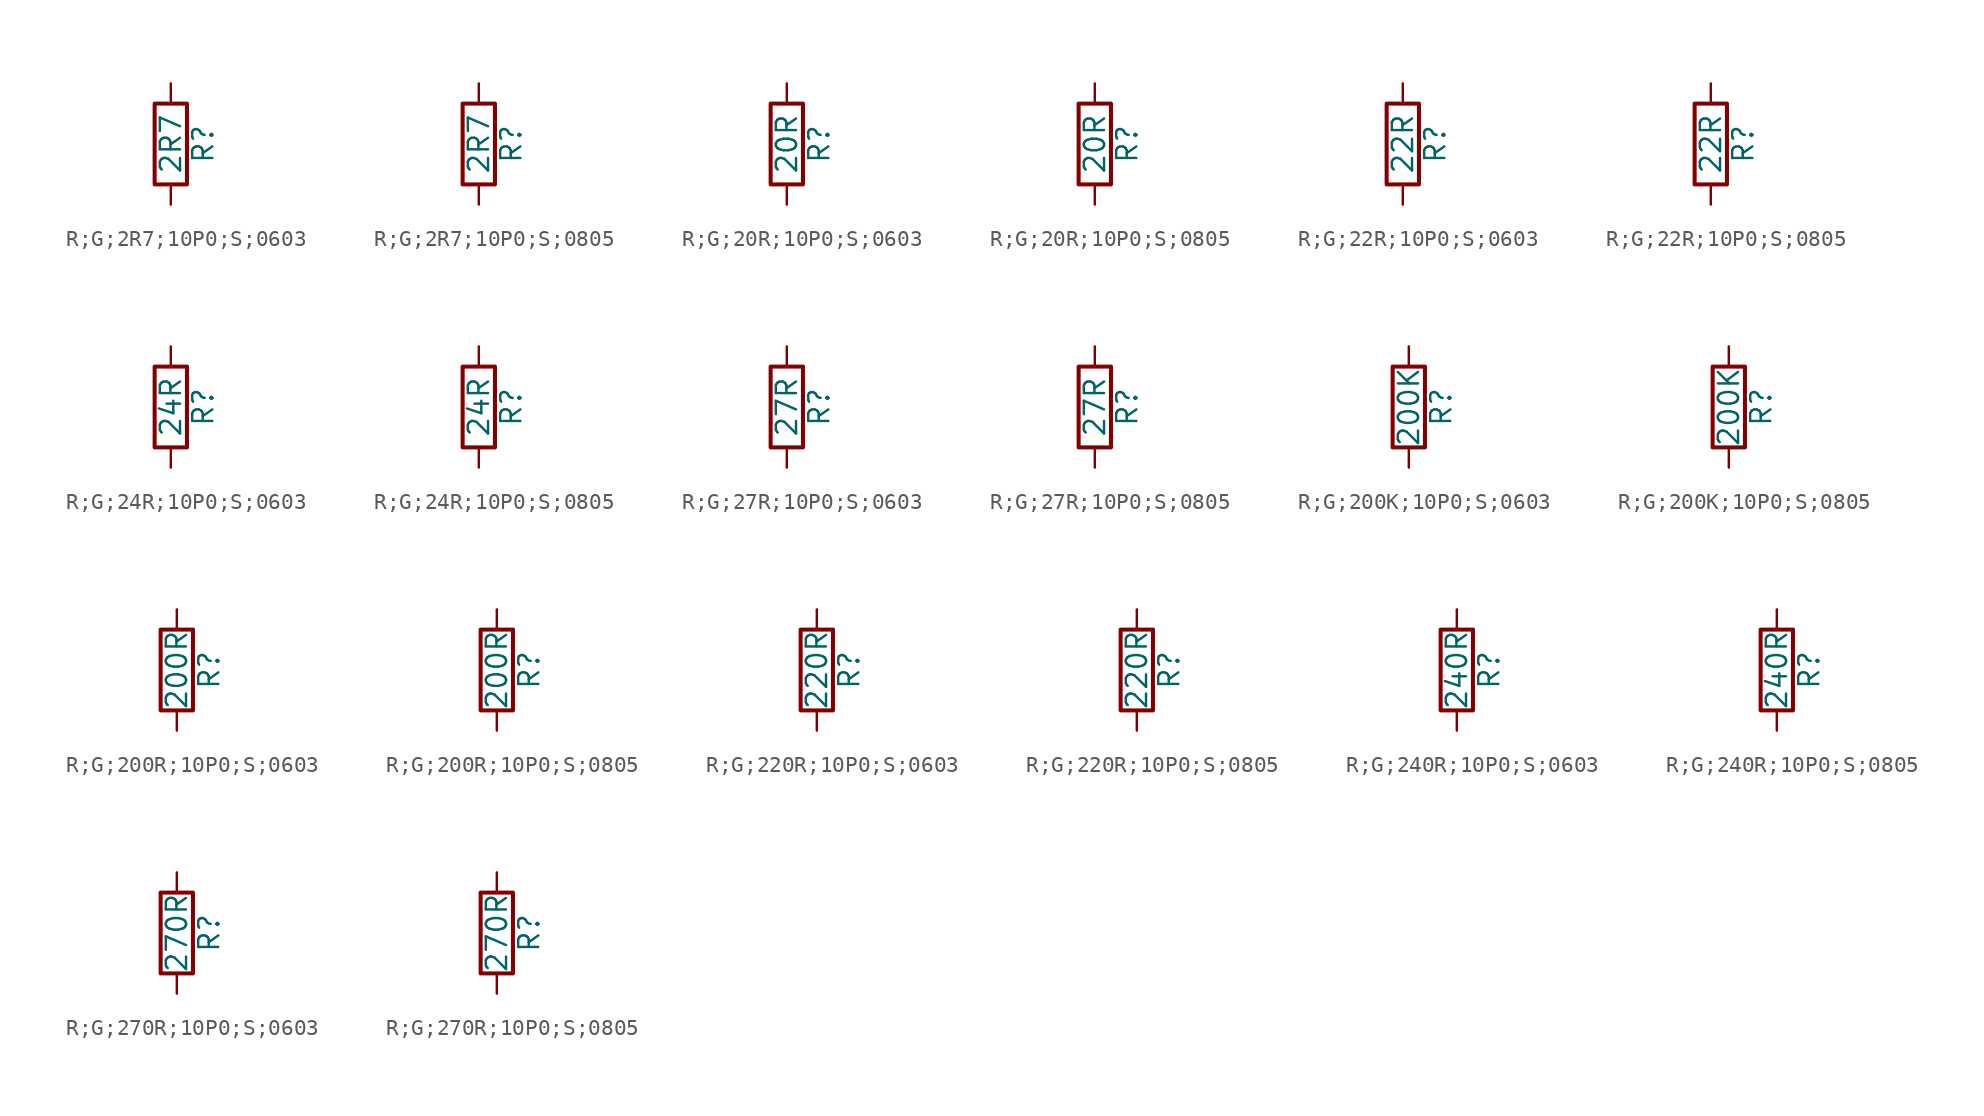
<source format=kicad_sym>
(kicad_symbol_lib
  (version 20231120)
  (generator "kicad_symbol_editor")
  (generator_version "8.0")
  (symbol "R;G;2R7;10P0;S;0603"
    (pin_numbers hide)
    (pin_names
      (offset 0))
    (property "Reference" "R"
      (at 2.032 0 90)
      (effects (font (size 1.27 1.27))))
    (property "Value" "2R7"
      (at 0 0 90)
      (effects (font (size 1.27 1.27))))
    (symbol "R;G;2R7;10P0;S;0603_0_1"
      (rectangle (start -1.016 -2.54) (end 1.016 2.54) (stroke (width 0.254) (type default)) (fill (type none))))
    (symbol "R;G;2R7;10P0;S;0603_1_1"
      (pin passive line (at 0 3.81 270) (length 1.27) (name "~" (effects (font (size 1.27 1.27)))) (number "1" (effects (font (size 1.27 1.27)))))
      (pin passive line (at 0 -3.81 90) (length 1.27) (name "~" (effects (font (size 1.27 1.27)))) (number "2" (effects (font (size 1.27 1.27)))))))
  (symbol "R;G;2R7;10P0;S;0805"
    (pin_numbers hide)
    (pin_names
      (offset 0))
    (property "Reference" "R"
      (at 2.032 0 90)
      (effects (font (size 1.27 1.27))))
    (property "Value" "2R7"
      (at 0 0 90)
      (effects (font (size 1.27 1.27))))
    (symbol "R;G;2R7;10P0;S;0805_0_1"
      (rectangle (start -1.016 -2.54) (end 1.016 2.54) (stroke (width 0.254) (type default)) (fill (type none))))
    (symbol "R;G;2R7;10P0;S;0805_1_1"
      (pin passive line (at 0 3.81 270) (length 1.27) (name "~" (effects (font (size 1.27 1.27)))) (number "1" (effects (font (size 1.27 1.27)))))
      (pin passive line (at 0 -3.81 90) (length 1.27) (name "~" (effects (font (size 1.27 1.27)))) (number "2" (effects (font (size 1.27 1.27)))))))
  (symbol "R;G;20R;10P0;S;0603"
    (pin_numbers hide)
    (pin_names
      (offset 0))
    (property "Reference" "R"
      (at 2.032 0 90)
      (effects (font (size 1.27 1.27))))
    (property "Value" "20R"
      (at 0 0 90)
      (effects (font (size 1.27 1.27))))
    (symbol "R;G;20R;10P0;S;0603_0_1"
      (rectangle (start -1.016 -2.54) (end 1.016 2.54) (stroke (width 0.254) (type default)) (fill (type none))))
    (symbol "R;G;20R;10P0;S;0603_1_1"
      (pin passive line (at 0 3.81 270) (length 1.27) (name "~" (effects (font (size 1.27 1.27)))) (number "1" (effects (font (size 1.27 1.27)))))
      (pin passive line (at 0 -3.81 90) (length 1.27) (name "~" (effects (font (size 1.27 1.27)))) (number "2" (effects (font (size 1.27 1.27)))))))
  (symbol "R;G;20R;10P0;S;0805"
    (pin_numbers hide)
    (pin_names
      (offset 0))
    (property "Reference" "R"
      (at 2.032 0 90)
      (effects (font (size 1.27 1.27))))
    (property "Value" "20R"
      (at 0 0 90)
      (effects (font (size 1.27 1.27))))
    (symbol "R;G;20R;10P0;S;0805_0_1"
      (rectangle (start -1.016 -2.54) (end 1.016 2.54) (stroke (width 0.254) (type default)) (fill (type none))))
    (symbol "R;G;20R;10P0;S;0805_1_1"
      (pin passive line (at 0 3.81 270) (length 1.27) (name "~" (effects (font (size 1.27 1.27)))) (number "1" (effects (font (size 1.27 1.27)))))
      (pin passive line (at 0 -3.81 90) (length 1.27) (name "~" (effects (font (size 1.27 1.27)))) (number "2" (effects (font (size 1.27 1.27)))))))
  (symbol "R;G;22R;10P0;S;0603"
    (pin_numbers hide)
    (pin_names
      (offset 0))
    (property "Reference" "R"
      (at 2.032 0 90)
      (effects (font (size 1.27 1.27))))
    (property "Value" "22R"
      (at 0 0 90)
      (effects (font (size 1.27 1.27))))
    (symbol "R;G;22R;10P0;S;0603_0_1"
      (rectangle (start -1.016 -2.54) (end 1.016 2.54) (stroke (width 0.254) (type default)) (fill (type none))))
    (symbol "R;G;22R;10P0;S;0603_1_1"
      (pin passive line (at 0 3.81 270) (length 1.27) (name "~" (effects (font (size 1.27 1.27)))) (number "1" (effects (font (size 1.27 1.27)))))
      (pin passive line (at 0 -3.81 90) (length 1.27) (name "~" (effects (font (size 1.27 1.27)))) (number "2" (effects (font (size 1.27 1.27)))))))
  (symbol "R;G;22R;10P0;S;0805"
    (pin_numbers hide)
    (pin_names
      (offset 0))
    (property "Reference" "R"
      (at 2.032 0 90)
      (effects (font (size 1.27 1.27))))
    (property "Value" "22R"
      (at 0 0 90)
      (effects (font (size 1.27 1.27))))
    (symbol "R;G;22R;10P0;S;0805_0_1"
      (rectangle (start -1.016 -2.54) (end 1.016 2.54) (stroke (width 0.254) (type default)) (fill (type none))))
    (symbol "R;G;22R;10P0;S;0805_1_1"
      (pin passive line (at 0 3.81 270) (length 1.27) (name "~" (effects (font (size 1.27 1.27)))) (number "1" (effects (font (size 1.27 1.27)))))
      (pin passive line (at 0 -3.81 90) (length 1.27) (name "~" (effects (font (size 1.27 1.27)))) (number "2" (effects (font (size 1.27 1.27)))))))
  (symbol "R;G;24R;10P0;S;0603"
    (pin_numbers hide)
    (pin_names
      (offset 0))
    (property "Reference" "R"
      (at 2.032 0 90)
      (effects (font (size 1.27 1.27))))
    (property "Value" "24R"
      (at 0 0 90)
      (effects (font (size 1.27 1.27))))
    (symbol "R;G;24R;10P0;S;0603_0_1"
      (rectangle (start -1.016 -2.54) (end 1.016 2.54) (stroke (width 0.254) (type default)) (fill (type none))))
    (symbol "R;G;24R;10P0;S;0603_1_1"
      (pin passive line (at 0 3.81 270) (length 1.27) (name "~" (effects (font (size 1.27 1.27)))) (number "1" (effects (font (size 1.27 1.27)))))
      (pin passive line (at 0 -3.81 90) (length 1.27) (name "~" (effects (font (size 1.27 1.27)))) (number "2" (effects (font (size 1.27 1.27)))))))
  (symbol "R;G;24R;10P0;S;0805"
    (pin_numbers hide)
    (pin_names
      (offset 0))
    (property "Reference" "R"
      (at 2.032 0 90)
      (effects (font (size 1.27 1.27))))
    (property "Value" "24R"
      (at 0 0 90)
      (effects (font (size 1.27 1.27))))
    (symbol "R;G;24R;10P0;S;0805_0_1"
      (rectangle (start -1.016 -2.54) (end 1.016 2.54) (stroke (width 0.254) (type default)) (fill (type none))))
    (symbol "R;G;24R;10P0;S;0805_1_1"
      (pin passive line (at 0 3.81 270) (length 1.27) (name "~" (effects (font (size 1.27 1.27)))) (number "1" (effects (font (size 1.27 1.27)))))
      (pin passive line (at 0 -3.81 90) (length 1.27) (name "~" (effects (font (size 1.27 1.27)))) (number "2" (effects (font (size 1.27 1.27)))))))
  (symbol "R;G;27R;10P0;S;0603"
    (pin_numbers hide)
    (pin_names
      (offset 0))
    (property "Reference" "R"
      (at 2.032 0 90)
      (effects (font (size 1.27 1.27))))
    (property "Value" "27R"
      (at 0 0 90)
      (effects (font (size 1.27 1.27))))
    (symbol "R;G;27R;10P0;S;0603_0_1"
      (rectangle (start -1.016 -2.54) (end 1.016 2.54) (stroke (width 0.254) (type default)) (fill (type none))))
    (symbol "R;G;27R;10P0;S;0603_1_1"
      (pin passive line (at 0 3.81 270) (length 1.27) (name "~" (effects (font (size 1.27 1.27)))) (number "1" (effects (font (size 1.27 1.27)))))
      (pin passive line (at 0 -3.81 90) (length 1.27) (name "~" (effects (font (size 1.27 1.27)))) (number "2" (effects (font (size 1.27 1.27)))))))
  (symbol "R;G;27R;10P0;S;0805"
    (pin_numbers hide)
    (pin_names
      (offset 0))
    (property "Reference" "R"
      (at 2.032 0 90)
      (effects (font (size 1.27 1.27))))
    (property "Value" "27R"
      (at 0 0 90)
      (effects (font (size 1.27 1.27))))
    (symbol "R;G;27R;10P0;S;0805_0_1"
      (rectangle (start -1.016 -2.54) (end 1.016 2.54) (stroke (width 0.254) (type default)) (fill (type none))))
    (symbol "R;G;27R;10P0;S;0805_1_1"
      (pin passive line (at 0 3.81 270) (length 1.27) (name "~" (effects (font (size 1.27 1.27)))) (number "1" (effects (font (size 1.27 1.27)))))
      (pin passive line (at 0 -3.81 90) (length 1.27) (name "~" (effects (font (size 1.27 1.27)))) (number "2" (effects (font (size 1.27 1.27)))))))
  (symbol "R;G;200K;10P0;S;0603"
    (pin_numbers hide)
    (pin_names
      (offset 0))
    (property "Reference" "R"
      (at 2.032 0 90)
      (effects (font (size 1.27 1.27))))
    (property "Value" "200K"
      (at 0 0 90)
      (effects (font (size 1.27 1.27))))
    (symbol "R;G;200K;10P0;S;0603_0_1"
      (rectangle (start -1.016 -2.54) (end 1.016 2.54) (stroke (width 0.254) (type default)) (fill (type none))))
    (symbol "R;G;200K;10P0;S;0603_1_1"
      (pin passive line (at 0 3.81 270) (length 1.27) (name "~" (effects (font (size 1.27 1.27)))) (number "1" (effects (font (size 1.27 1.27)))))
      (pin passive line (at 0 -3.81 90) (length 1.27) (name "~" (effects (font (size 1.27 1.27)))) (number "2" (effects (font (size 1.27 1.27)))))))
  (symbol "R;G;200K;10P0;S;0805"
    (pin_numbers hide)
    (pin_names
      (offset 0))
    (property "Reference" "R"
      (at 2.032 0 90)
      (effects (font (size 1.27 1.27))))
    (property "Value" "200K"
      (at 0 0 90)
      (effects (font (size 1.27 1.27))))
    (symbol "R;G;200K;10P0;S;0805_0_1"
      (rectangle (start -1.016 -2.54) (end 1.016 2.54) (stroke (width 0.254) (type default)) (fill (type none))))
    (symbol "R;G;200K;10P0;S;0805_1_1"
      (pin passive line (at 0 3.81 270) (length 1.27) (name "~" (effects (font (size 1.27 1.27)))) (number "1" (effects (font (size 1.27 1.27)))))
      (pin passive line (at 0 -3.81 90) (length 1.27) (name "~" (effects (font (size 1.27 1.27)))) (number "2" (effects (font (size 1.27 1.27)))))))
  (symbol "R;G;200R;10P0;S;0603"
    (pin_numbers hide)
    (pin_names
      (offset 0))
    (property "Reference" "R"
      (at 2.032 0 90)
      (effects (font (size 1.27 1.27))))
    (property "Value" "200R"
      (at 0 0 90)
      (effects (font (size 1.27 1.27))))
    (symbol "R;G;200R;10P0;S;0603_0_1"
      (rectangle (start -1.016 -2.54) (end 1.016 2.54) (stroke (width 0.254) (type default)) (fill (type none))))
    (symbol "R;G;200R;10P0;S;0603_1_1"
      (pin passive line (at 0 3.81 270) (length 1.27) (name "~" (effects (font (size 1.27 1.27)))) (number "1" (effects (font (size 1.27 1.27)))))
      (pin passive line (at 0 -3.81 90) (length 1.27) (name "~" (effects (font (size 1.27 1.27)))) (number "2" (effects (font (size 1.27 1.27)))))))
  (symbol "R;G;200R;10P0;S;0805"
    (pin_numbers hide)
    (pin_names
      (offset 0))
    (property "Reference" "R"
      (at 2.032 0 90)
      (effects (font (size 1.27 1.27))))
    (property "Value" "200R"
      (at 0 0 90)
      (effects (font (size 1.27 1.27))))
    (symbol "R;G;200R;10P0;S;0805_0_1"
      (rectangle (start -1.016 -2.54) (end 1.016 2.54) (stroke (width 0.254) (type default)) (fill (type none))))
    (symbol "R;G;200R;10P0;S;0805_1_1"
      (pin passive line (at 0 3.81 270) (length 1.27) (name "~" (effects (font (size 1.27 1.27)))) (number "1" (effects (font (size 1.27 1.27)))))
      (pin passive line (at 0 -3.81 90) (length 1.27) (name "~" (effects (font (size 1.27 1.27)))) (number "2" (effects (font (size 1.27 1.27)))))))
  (symbol "R;G;220R;10P0;S;0603"
    (pin_numbers hide)
    (pin_names
      (offset 0))
    (property "Reference" "R"
      (at 2.032 0 90)
      (effects (font (size 1.27 1.27))))
    (property "Value" "220R"
      (at 0 0 90)
      (effects (font (size 1.27 1.27))))
    (symbol "R;G;220R;10P0;S;0603_0_1"
      (rectangle (start -1.016 -2.54) (end 1.016 2.54) (stroke (width 0.254) (type default)) (fill (type none))))
    (symbol "R;G;220R;10P0;S;0603_1_1"
      (pin passive line (at 0 3.81 270) (length 1.27) (name "~" (effects (font (size 1.27 1.27)))) (number "1" (effects (font (size 1.27 1.27)))))
      (pin passive line (at 0 -3.81 90) (length 1.27) (name "~" (effects (font (size 1.27 1.27)))) (number "2" (effects (font (size 1.27 1.27)))))))
  (symbol "R;G;220R;10P0;S;0805"
    (pin_numbers hide)
    (pin_names
      (offset 0))
    (property "Reference" "R"
      (at 2.032 0 90)
      (effects (font (size 1.27 1.27))))
    (property "Value" "220R"
      (at 0 0 90)
      (effects (font (size 1.27 1.27))))
    (symbol "R;G;220R;10P0;S;0805_0_1"
      (rectangle (start -1.016 -2.54) (end 1.016 2.54) (stroke (width 0.254) (type default)) (fill (type none))))
    (symbol "R;G;220R;10P0;S;0805_1_1"
      (pin passive line (at 0 3.81 270) (length 1.27) (name "~" (effects (font (size 1.27 1.27)))) (number "1" (effects (font (size 1.27 1.27)))))
      (pin passive line (at 0 -3.81 90) (length 1.27) (name "~" (effects (font (size 1.27 1.27)))) (number "2" (effects (font (size 1.27 1.27)))))))
  (symbol "R;G;240R;10P0;S;0603"
    (pin_numbers hide)
    (pin_names
      (offset 0))
    (property "Reference" "R"
      (at 2.032 0 90)
      (effects (font (size 1.27 1.27))))
    (property "Value" "240R"
      (at 0 0 90)
      (effects (font (size 1.27 1.27))))
    (symbol "R;G;240R;10P0;S;0603_0_1"
      (rectangle (start -1.016 -2.54) (end 1.016 2.54) (stroke (width 0.254) (type default)) (fill (type none))))
    (symbol "R;G;240R;10P0;S;0603_1_1"
      (pin passive line (at 0 3.81 270) (length 1.27) (name "~" (effects (font (size 1.27 1.27)))) (number "1" (effects (font (size 1.27 1.27)))))
      (pin passive line (at 0 -3.81 90) (length 1.27) (name "~" (effects (font (size 1.27 1.27)))) (number "2" (effects (font (size 1.27 1.27)))))))
  (symbol "R;G;240R;10P0;S;0805"
    (pin_numbers hide)
    (pin_names
      (offset 0))
    (property "Reference" "R"
      (at 2.032 0 90)
      (effects (font (size 1.27 1.27))))
    (property "Value" "240R"
      (at 0 0 90)
      (effects (font (size 1.27 1.27))))
    (symbol "R;G;240R;10P0;S;0805_0_1"
      (rectangle (start -1.016 -2.54) (end 1.016 2.54) (stroke (width 0.254) (type default)) (fill (type none))))
    (symbol "R;G;240R;10P0;S;0805_1_1"
      (pin passive line (at 0 3.81 270) (length 1.27) (name "~" (effects (font (size 1.27 1.27)))) (number "1" (effects (font (size 1.27 1.27)))))
      (pin passive line (at 0 -3.81 90) (length 1.27) (name "~" (effects (font (size 1.27 1.27)))) (number "2" (effects (font (size 1.27 1.27)))))))
  (symbol "R;G;270R;10P0;S;0603"
    (pin_numbers hide)
    (pin_names
      (offset 0))
    (property "Reference" "R"
      (at 2.032 0 90)
      (effects (font (size 1.27 1.27))))
    (property "Value" "270R"
      (at 0 0 90)
      (effects (font (size 1.27 1.27))))
    (symbol "R;G;270R;10P0;S;0603_0_1"
      (rectangle (start -1.016 -2.54) (end 1.016 2.54) (stroke (width 0.254) (type default)) (fill (type none))))
    (symbol "R;G;270R;10P0;S;0603_1_1"
      (pin passive line (at 0 3.81 270) (length 1.27) (name "~" (effects (font (size 1.27 1.27)))) (number "1" (effects (font (size 1.27 1.27)))))
      (pin passive line (at 0 -3.81 90) (length 1.27) (name "~" (effects (font (size 1.27 1.27)))) (number "2" (effects (font (size 1.27 1.27)))))))
  (symbol "R;G;270R;10P0;S;0805"
    (pin_numbers hide)
    (pin_names
      (offset 0))
    (property "Reference" "R"
      (at 2.032 0 90)
      (effects (font (size 1.27 1.27))))
    (property "Value" "270R"
      (at 0 0 90)
      (effects (font (size 1.27 1.27))))
    (symbol "R;G;270R;10P0;S;0805_0_1"
      (rectangle (start -1.016 -2.54) (end 1.016 2.54) (stroke (width 0.254) (type default)) (fill (type none))))
    (symbol "R;G;270R;10P0;S;0805_1_1"
      (pin passive line (at 0 3.81 270) (length 1.27) (name "~" (effects (font (size 1.27 1.27)))) (number "1" (effects (font (size 1.27 1.27)))))
      (pin passive line (at 0 -3.81 90) (length 1.27) (name "~" (effects (font (size 1.27 1.27)))) (number "2" (effects (font (size 1.27 1.27))))))))
</source>
